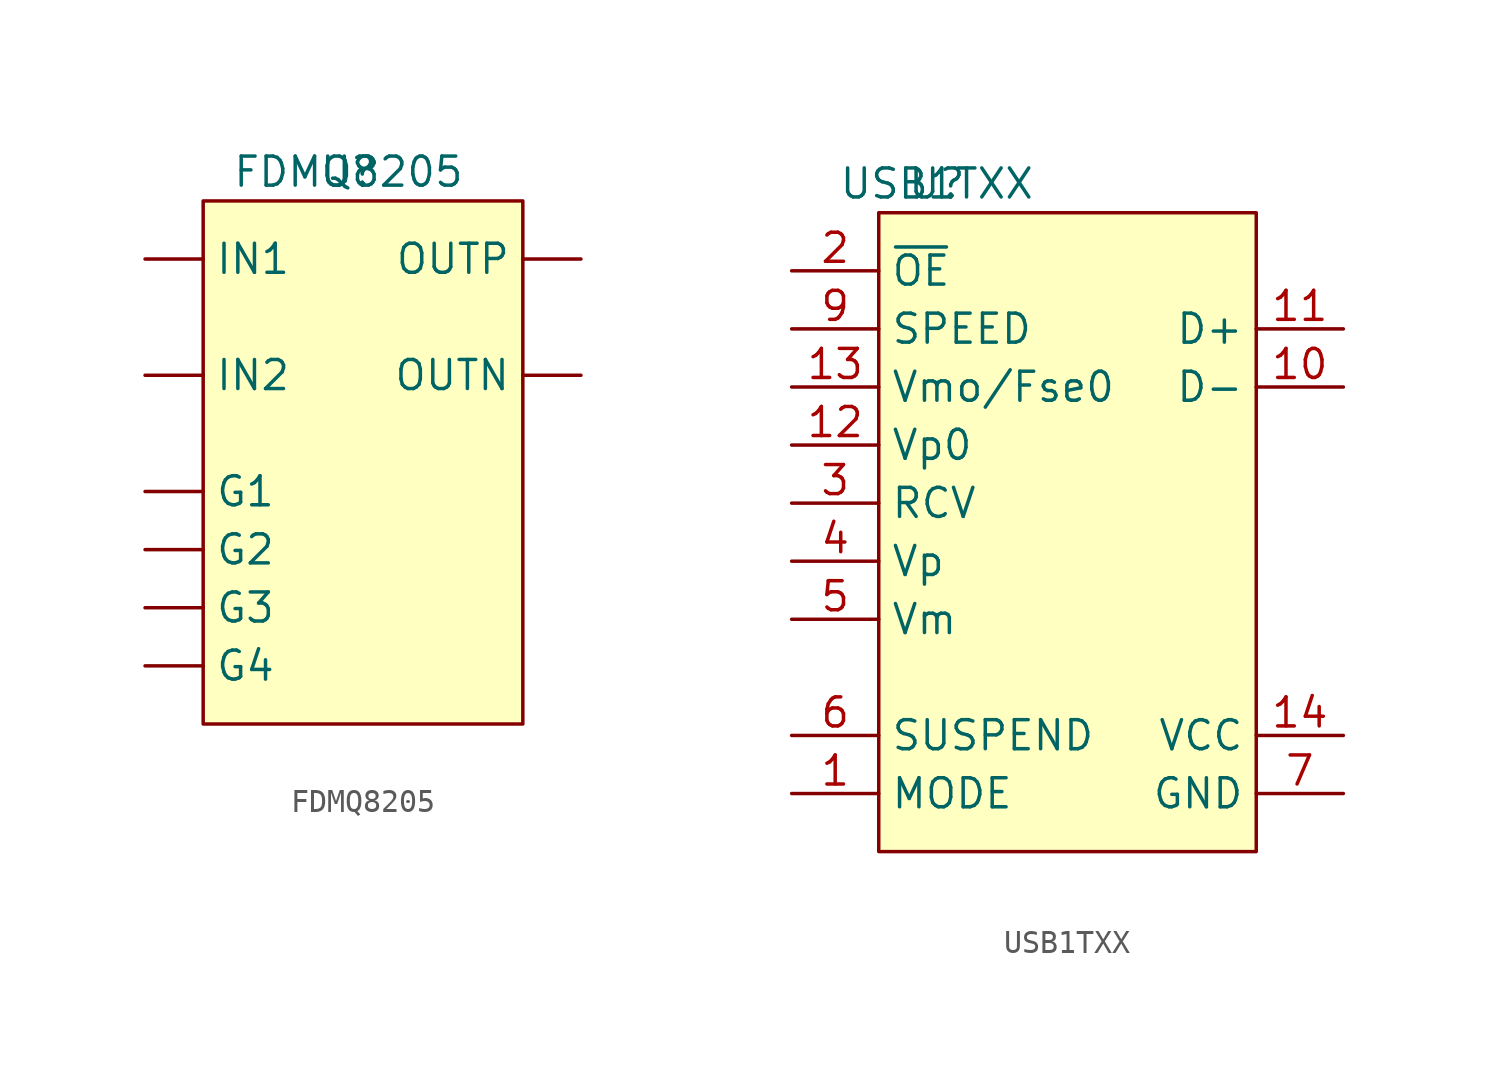
<source format=kicad_sym>
(kicad_symbol_lib
  (version 20231120)
  (generator "kicad_symbol_editor")
  (generator_version "8.0")
  (symbol "FDMQ8205"
    (pin_numbers hide)
    (property "Reference" "U"
      (at 0 0 0)
      (effects (font (size 1.27 1.27))))
    (property "Value" "FDMQ8205"
      (at 0 0 0)
      (effects (font (size 1.27 1.27))))
    (symbol "FDMQ8205_0_1"
      (rectangle (start -6.35 -1.27) (end 7.62 -24.13) (stroke (width 0) (type default)) (fill (type background))))
    (symbol "FDMQ8205_1_1"
      (pin passive line (at -8.89 -13.97 0) (length 2.54) (name "G1" (effects (font (size 1.27 1.27)))) (number "G1" (effects (font (size 1.27 1.27)))))
      (pin passive line (at -8.89 -16.51 0) (length 2.54) (name "G2" (effects (font (size 1.27 1.27)))) (number "G2" (effects (font (size 1.27 1.27)))))
      (pin passive line (at -8.89 -19.05 0) (length 2.54) (name "G3" (effects (font (size 1.27 1.27)))) (number "G3" (effects (font (size 1.27 1.27)))))
      (pin passive line (at -8.89 -21.59 0) (length 2.54) (name "G4" (effects (font (size 1.27 1.27)))) (number "G4" (effects (font (size 1.27 1.27)))))
      (pin power_in line (at -8.89 -3.81 0) (length 2.54) (name "IN1" (effects (font (size 1.27 1.27)))) (number "IN1" (effects (font (size 1.27 1.27)))))
      (pin power_in line (at -8.89 -8.89 0) (length 2.54) (name "IN2" (effects (font (size 1.27 1.27)))) (number "IN2" (effects (font (size 1.27 1.27)))))
      (pin power_out line (at 10.16 -8.89 180) (length 2.54) (name "OUTN" (effects (font (size 1.27 1.27)))) (number "OUTN" (effects (font (size 1.27 1.27)))))
      (pin power_out line (at 10.16 -3.81 180) (length 2.54) (name "OUTP" (effects (font (size 1.27 1.27)))) (number "OUTP" (effects (font (size 1.27 1.27)))))))
  (symbol "USB1TXX"
    (property "Reference" "U"
      (at 0 0 0)
      (effects (font (size 1.27 1.27))))
    (property "Value" "USB1TXX"
      (at 0 0 0)
      (effects (font (size 1.27 1.27))))
    (symbol "USB1TXX_0_1"
      (rectangle (start -2.54 -1.27) (end 13.97 -29.21) (stroke (width 0.152) (type default)) (fill (type background))))
    (symbol "USB1TXX_1_1"
      (pin passive line (at -6.35 -26.67 0) (length 3.81) (name "MODE" (effects (font (size 1.27 1.27)))) (number "1" (effects (font (size 1.27 1.27)))))
      (pin passive line (at 17.78 -8.89 180) (length 3.81) (name "D-" (effects (font (size 1.27 1.27)))) (number "10" (effects (font (size 1.27 1.27)))))
      (pin passive line (at 17.78 -6.35 180) (length 3.81) (name "D+" (effects (font (size 1.27 1.27)))) (number "11" (effects (font (size 1.27 1.27)))))
      (pin passive line (at -6.35 -11.43 0) (length 3.81) (name "Vp0" (effects (font (size 1.27 1.27)))) (number "12" (effects (font (size 1.27 1.27)))))
      (pin passive line (at -6.35 -8.89 0) (length 3.81) (name "Vmo/Fse0" (effects (font (size 1.27 1.27)))) (number "13" (effects (font (size 1.27 1.27)))))
      (pin passive line (at 17.78 -24.13 180) (length 3.81) (name "VCC" (effects (font (size 1.27 1.27)))) (number "14" (effects (font (size 1.27 1.27)))))
      (pin passive line (at -6.35 -3.81 0) (length 3.81) (name "~{OE}" (effects (font (size 1.27 1.27)))) (number "2" (effects (font (size 1.27 1.27)))))
      (pin passive line (at -6.35 -13.97 0) (length 3.81) (name "RCV" (effects (font (size 1.27 1.27)))) (number "3" (effects (font (size 1.27 1.27)))))
      (pin passive line (at -6.35 -16.51 0) (length 3.81) (name "Vp" (effects (font (size 1.27 1.27)))) (number "4" (effects (font (size 1.27 1.27)))))
      (pin passive line (at -6.35 -19.05 0) (length 3.81) (name "Vm" (effects (font (size 1.27 1.27)))) (number "5" (effects (font (size 1.27 1.27)))))
      (pin passive line (at -6.35 -24.13 0) (length 3.81) (name "SUSPEND" (effects (font (size 1.27 1.27)))) (number "6" (effects (font (size 1.27 1.27)))))
      (pin passive line (at 17.78 -26.67 180) (length 3.81) (name "GND" (effects (font (size 1.27 1.27)))) (number "7" (effects (font (size 1.27 1.27)))))
      (pin passive line (at -6.35 -6.35 0) (length 3.81) (name "SPEED" (effects (font (size 1.27 1.27)))) (number "9" (effects (font (size 1.27 1.27))))))))
</source>
